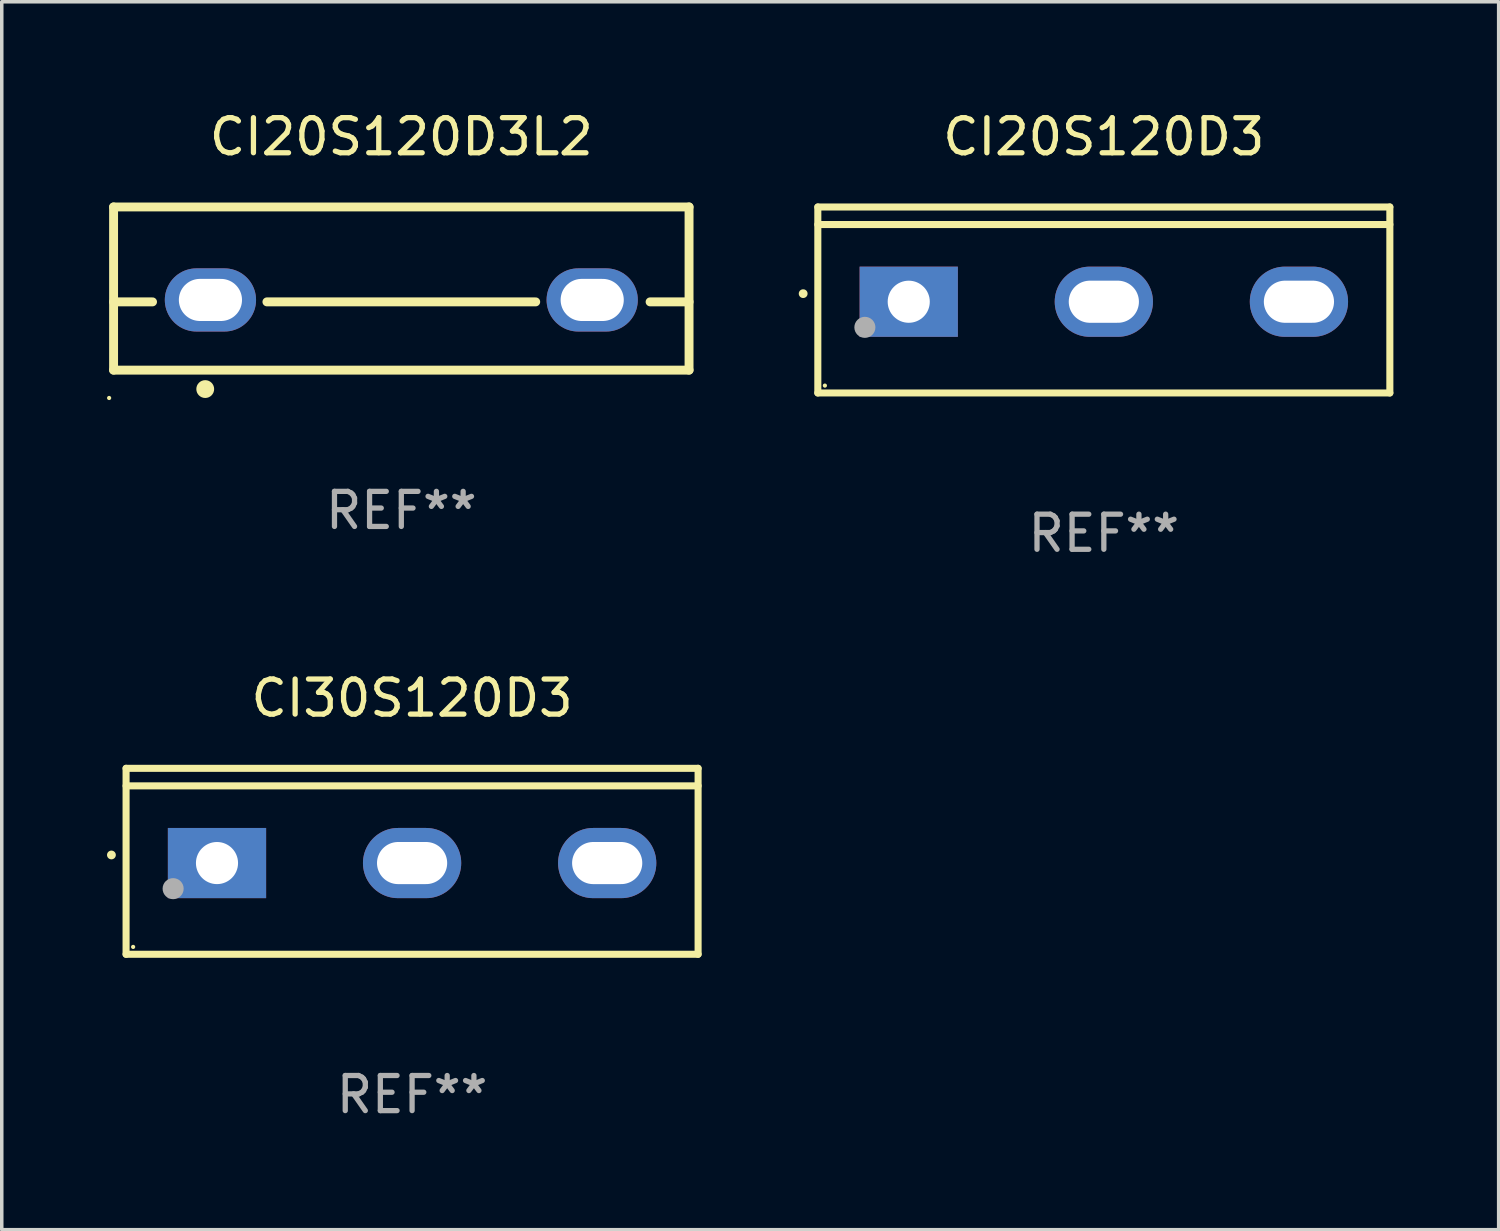
<source format=kicad_pcb>
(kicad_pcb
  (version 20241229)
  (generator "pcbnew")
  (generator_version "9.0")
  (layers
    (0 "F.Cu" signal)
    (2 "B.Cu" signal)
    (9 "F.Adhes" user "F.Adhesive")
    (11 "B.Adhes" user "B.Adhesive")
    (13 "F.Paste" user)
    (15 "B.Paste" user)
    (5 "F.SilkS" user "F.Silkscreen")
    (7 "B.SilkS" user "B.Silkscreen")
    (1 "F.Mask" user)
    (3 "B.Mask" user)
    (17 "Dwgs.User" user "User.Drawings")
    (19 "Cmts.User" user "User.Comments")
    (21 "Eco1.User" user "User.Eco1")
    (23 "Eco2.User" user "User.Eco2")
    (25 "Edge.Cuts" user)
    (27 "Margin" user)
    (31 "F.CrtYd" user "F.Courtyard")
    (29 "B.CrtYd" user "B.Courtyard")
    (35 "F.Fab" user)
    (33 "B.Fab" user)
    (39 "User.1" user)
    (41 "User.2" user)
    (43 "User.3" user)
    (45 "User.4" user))
  (footprint "CI20S120D3"
    (layer "F.Cu")
    (at 28.408 5.499)
    (property "Reference" "CI20S120D3" (at 0 -4.65 0) (layer "F.SilkS") (effects (font (size 1 1) (thickness 0.15))))
    (attr through_hole)
    (fp_line (start -8.151 -2.65) (end -8.151 2.65) (stroke (width 0.201) (type solid)) (layer "F.SilkS"))
    (fp_line (start 8.151 -2.65) (end -8.151 -2.65) (stroke (width 0.201) (type solid)) (layer "F.SilkS"))
    (fp_line (start 8.151 -2.15) (end -8.151 -2.15) (stroke (width 0.201) (type solid)) (layer "F.SilkS"))
    (fp_line (start 8.151 2.65) (end -8.151 2.65) (stroke (width 0.201) (type solid)) (layer "F.SilkS"))
    (fp_line (start 8.151 2.65) (end 8.151 -2.65) (stroke (width 0.201) (type solid)) (layer "F.SilkS"))
    (fp_arc (start -8.570003 -0.18048) (mid -8.568733 -0.180486) (end -8.567463 -0.18048) (stroke (width 0.24892) (type solid)) (layer "F.SilkS"))
    (fp_circle (center -7.95 2.44) (end -7.92 2.44) (stroke (width 0.06) (type solid)) (fill no) (layer "F.SilkS"))
    (fp_circle (center -6.81 0.78) (end -6.66 0.78) (stroke (width 0.3) (type solid)) (fill no) (layer "F.Fab"))
    (fp_text user "REF**" (at 0 6.65 0) (layer "F.Fab") (effects (font (size 1 1) (thickness 0.15))))
    (pad "1" thru_hole rect (at -5.56 0.05 90) (size 2 2.8) (drill 1.2) (layers "*.Cu" "*.Mask"))
    (pad "2" thru_hole oval (at 0 0.05 90) (size 2 2.8) (drill oval 1.2 2) (layers "*.Cu" "*.Mask"))
    (pad "3" thru_hole oval (at 5.56 0.05 90) (size 2 2.8) (drill oval 1.2 2) (layers "*.Cu" "*.Mask")))
  (footprint "CI20S120D3L2"
    (layer "F.Cu")
    (at 8.387 5.173)
    (property "Reference" "CI20S120D3L2" (at 0 -4.325 0) (layer "F.SilkS") (effects (font (size 1 1) (thickness 0.15))))
    (attr through_hole)
    (fp_line (start -8.2 -2.325) (end -8.2 2.325) (stroke (width 0.254) (type solid)) (layer "F.SilkS"))
    (fp_line (start -8.2 -2.325) (end 8.2 -2.325) (stroke (width 0.254) (type solid)) (layer "F.SilkS"))
    (fp_line (start -8.2 0.38) (end -7.09 0.38) (stroke (width 0.254) (type solid)) (layer "F.SilkS"))
    (fp_line (start -8.2 2.325) (end 8.2 2.325) (stroke (width 0.254) (type solid)) (layer "F.SilkS"))
    (fp_line (start -3.83 0.38) (end 3.83 0.38) (stroke (width 0.254) (type solid)) (layer "F.SilkS"))
    (fp_line (start 7.09 0.38) (end 8.2 0.38) (stroke (width 0.254) (type solid)) (layer "F.SilkS"))
    (fp_line (start 8.2 -2.325) (end 8.2 2.325) (stroke (width 0.254) (type solid)) (layer "F.SilkS"))
    (fp_circle (center -8.327 3.119) (end -8.297 3.119) (stroke (width 0.06) (type solid)) (fill no) (layer "F.SilkS"))
    (fp_circle (center -5.588 2.865) (end -5.461 2.865) (stroke (width 0.254) (type solid)) (fill no) (layer "F.SilkS"))
    (fp_text user "REF**" (at 0 6.325 0) (layer "F.Fab") (effects (font (size 1 1) (thickness 0.15))))
    (pad "1" thru_hole oval (at -5.44 0.325) (size 2.6 1.8) (drill oval 1.8 1.2) (layers "*.Cu" "*.Mask"))
    (pad "2" thru_hole oval (at 5.44 0.325) (size 2.6 1.8) (drill oval 1.8 1.2) (layers "*.Cu" "*.Mask")))
  (footprint "CI30S120D3"
    (layer "F.Cu")
    (at 8.694 21.496)
    (property "Reference" "CI30S120D3" (at 0 -4.65 0) (layer "F.SilkS") (effects (font (size 1 1) (thickness 0.15))))
    (attr through_hole)
    (fp_line (start -8.151 -2.65) (end -8.151 2.65) (stroke (width 0.201) (type solid)) (layer "F.SilkS"))
    (fp_line (start 8.151 -2.65) (end -8.151 -2.65) (stroke (width 0.201) (type solid)) (layer "F.SilkS"))
    (fp_line (start 8.151 -2.15) (end -8.151 -2.15) (stroke (width 0.201) (type solid)) (layer "F.SilkS"))
    (fp_line (start 8.151 2.65) (end -8.151 2.65) (stroke (width 0.201) (type solid)) (layer "F.SilkS"))
    (fp_line (start 8.151 2.65) (end 8.151 -2.65) (stroke (width 0.201) (type solid)) (layer "F.SilkS"))
    (fp_arc (start -8.570003 -0.18048) (mid -8.568733 -0.180486) (end -8.567463 -0.18048) (stroke (width 0.24892) (type solid)) (layer "F.SilkS"))
    (fp_circle (center -7.95 2.44) (end -7.92 2.44) (stroke (width 0.06) (type solid)) (fill no) (layer "F.SilkS"))
    (fp_circle (center -6.81 0.78) (end -6.66 0.78) (stroke (width 0.3) (type solid)) (fill no) (layer "F.Fab"))
    (fp_text user "REF**" (at 0 6.65 0) (layer "F.Fab") (effects (font (size 1 1) (thickness 0.15))))
    (pad "1" thru_hole rect (at -5.56 0.05 90) (size 2 2.8) (drill 1.2) (layers "*.Cu" "*.Mask"))
    (pad "2" thru_hole oval (at 0 0.05 90) (size 2 2.8) (drill oval 1.2 2) (layers "*.Cu" "*.Mask"))
    (pad "3" thru_hole oval (at 5.56 0.05 90) (size 2 2.8) (drill oval 1.2 2) (layers "*.Cu" "*.Mask")))
  (gr_rect
    (start -3 -3)
    (end 39.66 31.995)
    (stroke (width 0.1) (type default))
    (fill no)
    (layer "Edge.Cuts")))
</source>
